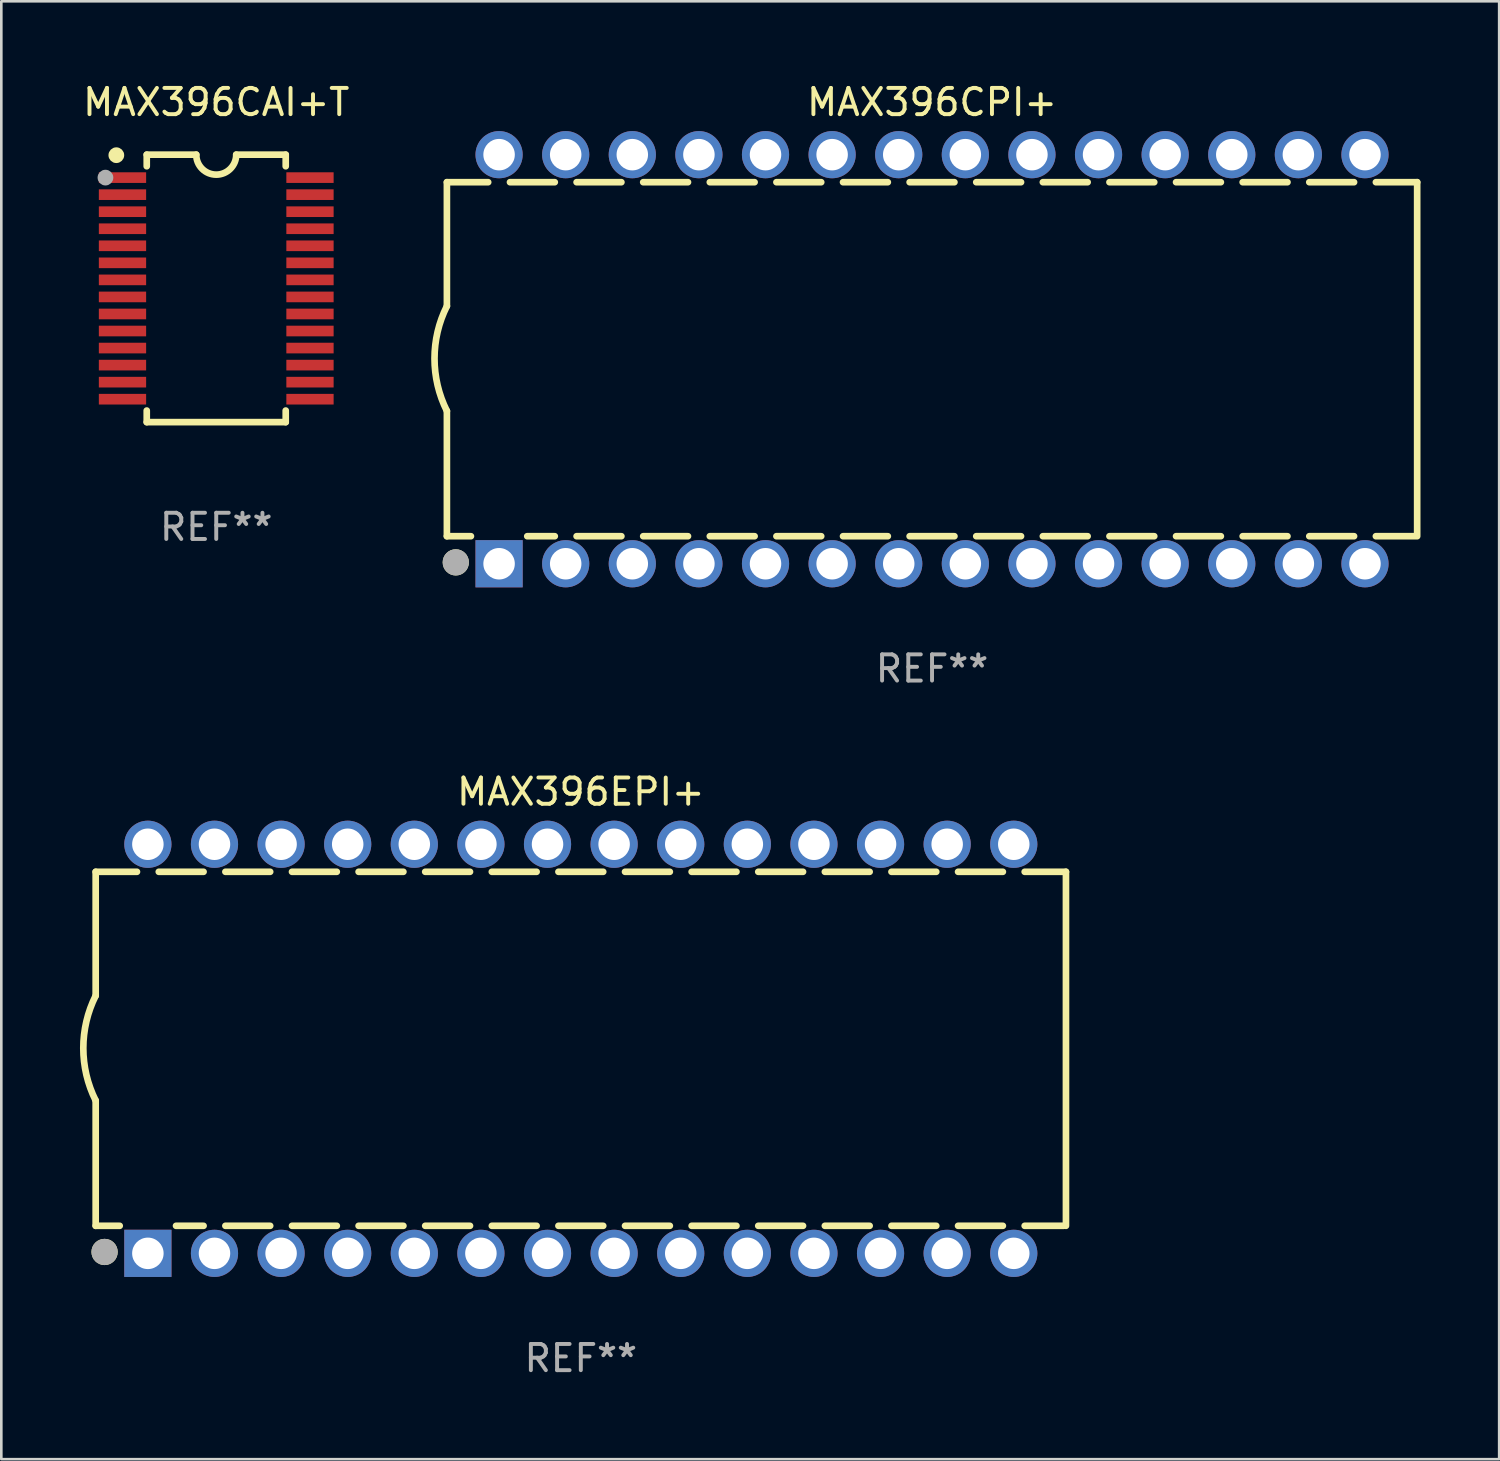
<source format=kicad_pcb>
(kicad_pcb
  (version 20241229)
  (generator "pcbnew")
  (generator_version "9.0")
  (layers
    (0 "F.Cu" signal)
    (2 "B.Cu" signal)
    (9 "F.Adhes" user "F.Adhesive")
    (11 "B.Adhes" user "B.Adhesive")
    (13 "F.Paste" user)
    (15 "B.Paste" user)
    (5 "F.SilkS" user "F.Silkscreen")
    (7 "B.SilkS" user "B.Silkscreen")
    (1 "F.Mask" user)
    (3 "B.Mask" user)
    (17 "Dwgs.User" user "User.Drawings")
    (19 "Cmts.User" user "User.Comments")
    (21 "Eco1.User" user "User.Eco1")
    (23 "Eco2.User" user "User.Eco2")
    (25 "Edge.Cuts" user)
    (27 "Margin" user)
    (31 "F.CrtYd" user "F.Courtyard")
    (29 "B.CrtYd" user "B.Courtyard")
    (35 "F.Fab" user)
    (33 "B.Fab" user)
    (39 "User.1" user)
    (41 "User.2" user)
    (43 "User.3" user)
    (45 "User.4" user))
  (footprint "MAX396CPI+"
    (layer "F.Cu")
    (at 32.492 10.648)
    (property "Reference" "MAX396CPI+" (at 0 -9.8 0) (layer "F.SilkS") (effects (font (size 1 1) (thickness 0.15))))
    (attr through_hole)
    (fp_line (start -18.5 -6.75) (end -18.5 -2.026) (stroke (width 0.254) (type solid)) (layer "F.SilkS"))
    (fp_line (start -18.5 -6.75) (end -16.926 -6.75) (stroke (width 0.254) (type solid)) (layer "F.SilkS"))
    (fp_line (start -18.5 6.75) (end -18.5 1.974) (stroke (width 0.254) (type solid)) (layer "F.SilkS"))
    (fp_line (start -18.5 6.75) (end -17.584 6.75) (stroke (width 0.254) (type solid)) (layer "F.SilkS"))
    (fp_line (start -16.094 -6.75) (end -14.386 -6.75) (stroke (width 0.254) (type solid)) (layer "F.SilkS"))
    (fp_line (start -15.436 6.75) (end -14.386 6.75) (stroke (width 0.254) (type solid)) (layer "F.SilkS"))
    (fp_line (start -13.554 -6.75) (end -11.846 -6.75) (stroke (width 0.254) (type solid)) (layer "F.SilkS"))
    (fp_line (start -13.554 6.75) (end -11.846 6.75) (stroke (width 0.254) (type solid)) (layer "F.SilkS"))
    (fp_line (start -11.014 -6.75) (end -9.306 -6.75) (stroke (width 0.254) (type solid)) (layer "F.SilkS"))
    (fp_line (start -11.014 6.75) (end -9.306 6.75) (stroke (width 0.254) (type solid)) (layer "F.SilkS"))
    (fp_line (start -8.474 -6.75) (end -6.766 -6.75) (stroke (width 0.254) (type solid)) (layer "F.SilkS"))
    (fp_line (start -8.474 6.75) (end -6.766 6.75) (stroke (width 0.254) (type solid)) (layer "F.SilkS"))
    (fp_line (start -5.934 -6.75) (end -4.226 -6.75) (stroke (width 0.254) (type solid)) (layer "F.SilkS"))
    (fp_line (start -5.934 6.75) (end -4.226 6.75) (stroke (width 0.254) (type solid)) (layer "F.SilkS"))
    (fp_line (start -3.394 -6.75) (end -1.686 -6.75) (stroke (width 0.254) (type solid)) (layer "F.SilkS"))
    (fp_line (start -3.394 6.75) (end -1.686 6.75) (stroke (width 0.254) (type solid)) (layer "F.SilkS"))
    (fp_line (start -0.854 -6.75) (end 0.854 -6.75) (stroke (width 0.254) (type solid)) (layer "F.SilkS"))
    (fp_line (start -0.854 6.75) (end 0.854 6.75) (stroke (width 0.254) (type solid)) (layer "F.SilkS"))
    (fp_line (start 1.686 -6.75) (end 3.394 -6.75) (stroke (width 0.254) (type solid)) (layer "F.SilkS"))
    (fp_line (start 1.686 6.75) (end 3.394 6.75) (stroke (width 0.254) (type solid)) (layer "F.SilkS"))
    (fp_line (start 4.226 -6.75) (end 5.934 -6.75) (stroke (width 0.254) (type solid)) (layer "F.SilkS"))
    (fp_line (start 4.226 6.75) (end 5.934 6.75) (stroke (width 0.254) (type solid)) (layer "F.SilkS"))
    (fp_line (start 6.766 -6.75) (end 8.474 -6.75) (stroke (width 0.254) (type solid)) (layer "F.SilkS"))
    (fp_line (start 6.766 6.75) (end 8.474 6.75) (stroke (width 0.254) (type solid)) (layer "F.SilkS"))
    (fp_line (start 9.306 -6.75) (end 11.014 -6.75) (stroke (width 0.254) (type solid)) (layer "F.SilkS"))
    (fp_line (start 9.306 6.75) (end 11.014 6.75) (stroke (width 0.254) (type solid)) (layer "F.SilkS"))
    (fp_line (start 11.846 -6.75) (end 13.554 -6.75) (stroke (width 0.254) (type solid)) (layer "F.SilkS"))
    (fp_line (start 11.846 6.75) (end 13.554 6.75) (stroke (width 0.254) (type solid)) (layer "F.SilkS"))
    (fp_line (start 14.386 -6.75) (end 16.094 -6.75) (stroke (width 0.254) (type solid)) (layer "F.SilkS"))
    (fp_line (start 14.386 6.75) (end 16.094 6.75) (stroke (width 0.254) (type solid)) (layer "F.SilkS"))
    (fp_line (start 16.926 -6.75) (end 18.5 -6.75) (stroke (width 0.254) (type solid)) (layer "F.SilkS"))
    (fp_line (start 16.926 6.75) (end 18.415 6.75) (stroke (width 0.254) (type solid)) (layer "F.SilkS"))
    (fp_line (start 18.5 6.75) (end 18.5 -6.75) (stroke (width 0.254) (type solid)) (layer "F.SilkS"))
    (fp_arc (start -18.500051 1.974384) (mid -18.972187 -0.025616) (end -18.500051 -2.025616) (stroke (width 0.254001) (type solid)) (layer "F.SilkS"))
    (fp_circle (center -18.5 7.8) (end -18.47 7.8) (stroke (width 0.06) (type solid)) (fill no) (layer "F.SilkS"))
    (fp_circle (center -18.161 7.747) (end -17.911 7.747) (stroke (width 0.5) (type solid)) (fill no) (layer "F.SilkS"))
    (fp_circle (center -18.161 7.747) (end -17.911 7.747) (stroke (width 0.5) (type solid)) (fill no) (layer "F.Fab"))
    (fp_text user "REF**" (at 0 11.8 0) (layer "F.Fab") (effects (font (size 1 1) (thickness 0.15))))
    (pad "1" thru_hole rect (at -16.51 7.8) (size 1.8 1.8) (drill 1.2) (layers "*.Cu" "*.Mask"))
    (pad "2" thru_hole circle (at -13.97 7.8) (size 1.8 1.8) (drill 1.2) (layers "*.Cu" "*.Mask"))
    (pad "3" thru_hole circle (at -11.43 7.8) (size 1.8 1.8) (drill 1.2) (layers "*.Cu" "*.Mask"))
    (pad "4" thru_hole circle (at -8.89 7.8) (size 1.8 1.8) (drill 1.2) (layers "*.Cu" "*.Mask"))
    (pad "5" thru_hole circle (at -6.35 7.8) (size 1.8 1.8) (drill 1.2) (layers "*.Cu" "*.Mask"))
    (pad "6" thru_hole circle (at -3.81 7.8) (size 1.8 1.8) (drill 1.2) (layers "*.Cu" "*.Mask"))
    (pad "7" thru_hole circle (at -1.27 7.8) (size 1.8 1.8) (drill 1.2) (layers "*.Cu" "*.Mask"))
    (pad "8" thru_hole circle (at 1.27 7.8) (size 1.8 1.8) (drill 1.2) (layers "*.Cu" "*.Mask"))
    (pad "9" thru_hole circle (at 3.81 7.8) (size 1.8 1.8) (drill 1.2) (layers "*.Cu" "*.Mask"))
    (pad "10" thru_hole circle (at 6.35 7.8) (size 1.8 1.8) (drill 1.2) (layers "*.Cu" "*.Mask"))
    (pad "11" thru_hole circle (at 8.89 7.8) (size 1.8 1.8) (drill 1.2) (layers "*.Cu" "*.Mask"))
    (pad "12" thru_hole circle (at 11.43 7.8) (size 1.8 1.8) (drill 1.2) (layers "*.Cu" "*.Mask"))
    (pad "13" thru_hole circle (at 13.97 7.8) (size 1.8 1.8) (drill 1.2) (layers "*.Cu" "*.Mask"))
    (pad "14" thru_hole circle (at 16.51 7.8) (size 1.8 1.8) (drill 1.2) (layers "*.Cu" "*.Mask"))
    (pad "15" thru_hole circle (at 16.51 -7.8) (size 1.8 1.8) (drill 1.2) (layers "*.Cu" "*.Mask"))
    (pad "16" thru_hole circle (at 13.97 -7.8) (size 1.8 1.8) (drill 1.2) (layers "*.Cu" "*.Mask"))
    (pad "17" thru_hole circle (at 11.43 -7.8) (size 1.8 1.8) (drill 1.2) (layers "*.Cu" "*.Mask"))
    (pad "18" thru_hole circle (at 8.89 -7.8) (size 1.8 1.8) (drill 1.2) (layers "*.Cu" "*.Mask"))
    (pad "19" thru_hole circle (at 6.35 -7.8) (size 1.8 1.8) (drill 1.2) (layers "*.Cu" "*.Mask"))
    (pad "20" thru_hole circle (at 3.81 -7.8) (size 1.8 1.8) (drill 1.2) (layers "*.Cu" "*.Mask"))
    (pad "21" thru_hole circle (at 1.27 -7.8) (size 1.8 1.8) (drill 1.2) (layers "*.Cu" "*.Mask"))
    (pad "22" thru_hole circle (at -1.27 -7.8) (size 1.8 1.8) (drill 1.2) (layers "*.Cu" "*.Mask"))
    (pad "23" thru_hole circle (at -3.81 -7.8) (size 1.8 1.8) (drill 1.2) (layers "*.Cu" "*.Mask"))
    (pad "24" thru_hole circle (at -6.35 -7.8) (size 1.8 1.8) (drill 1.2) (layers "*.Cu" "*.Mask"))
    (pad "25" thru_hole circle (at -8.89 -7.8) (size 1.8 1.8) (drill 1.2) (layers "*.Cu" "*.Mask"))
    (pad "26" thru_hole circle (at -11.43 -7.8) (size 1.8 1.8) (drill 1.2) (layers "*.Cu" "*.Mask"))
    (pad "27" thru_hole circle (at -13.97 -7.8) (size 1.8 1.8) (drill 1.2) (layers "*.Cu" "*.Mask"))
    (pad "28" thru_hole circle (at -16.51 -7.8) (size 1.8 1.8) (drill 1.2) (layers "*.Cu" "*.Mask")))
  (footprint "MAX396EPI+"
    (layer "F.Cu")
    (at 19.099 36.945)
    (property "Reference" "MAX396EPI+" (at 0 -9.8 0) (layer "F.SilkS") (effects (font (size 1 1) (thickness 0.15))))
    (attr through_hole)
    (fp_line (start -18.5 -6.75) (end -18.5 -2.026) (stroke (width 0.254) (type solid)) (layer "F.SilkS"))
    (fp_line (start -18.5 -6.75) (end -16.926 -6.75) (stroke (width 0.254) (type solid)) (layer "F.SilkS"))
    (fp_line (start -18.5 6.75) (end -18.5 1.974) (stroke (width 0.254) (type solid)) (layer "F.SilkS"))
    (fp_line (start -18.5 6.75) (end -17.584 6.75) (stroke (width 0.254) (type solid)) (layer "F.SilkS"))
    (fp_line (start -16.094 -6.75) (end -14.386 -6.75) (stroke (width 0.254) (type solid)) (layer "F.SilkS"))
    (fp_line (start -15.436 6.75) (end -14.386 6.75) (stroke (width 0.254) (type solid)) (layer "F.SilkS"))
    (fp_line (start -13.554 -6.75) (end -11.846 -6.75) (stroke (width 0.254) (type solid)) (layer "F.SilkS"))
    (fp_line (start -13.554 6.75) (end -11.846 6.75) (stroke (width 0.254) (type solid)) (layer "F.SilkS"))
    (fp_line (start -11.014 -6.75) (end -9.306 -6.75) (stroke (width 0.254) (type solid)) (layer "F.SilkS"))
    (fp_line (start -11.014 6.75) (end -9.306 6.75) (stroke (width 0.254) (type solid)) (layer "F.SilkS"))
    (fp_line (start -8.474 -6.75) (end -6.766 -6.75) (stroke (width 0.254) (type solid)) (layer "F.SilkS"))
    (fp_line (start -8.474 6.75) (end -6.766 6.75) (stroke (width 0.254) (type solid)) (layer "F.SilkS"))
    (fp_line (start -5.934 -6.75) (end -4.226 -6.75) (stroke (width 0.254) (type solid)) (layer "F.SilkS"))
    (fp_line (start -5.934 6.75) (end -4.226 6.75) (stroke (width 0.254) (type solid)) (layer "F.SilkS"))
    (fp_line (start -3.394 -6.75) (end -1.686 -6.75) (stroke (width 0.254) (type solid)) (layer "F.SilkS"))
    (fp_line (start -3.394 6.75) (end -1.686 6.75) (stroke (width 0.254) (type solid)) (layer "F.SilkS"))
    (fp_line (start -0.854 -6.75) (end 0.854 -6.75) (stroke (width 0.254) (type solid)) (layer "F.SilkS"))
    (fp_line (start -0.854 6.75) (end 0.854 6.75) (stroke (width 0.254) (type solid)) (layer "F.SilkS"))
    (fp_line (start 1.686 -6.75) (end 3.394 -6.75) (stroke (width 0.254) (type solid)) (layer "F.SilkS"))
    (fp_line (start 1.686 6.75) (end 3.394 6.75) (stroke (width 0.254) (type solid)) (layer "F.SilkS"))
    (fp_line (start 4.226 -6.75) (end 5.934 -6.75) (stroke (width 0.254) (type solid)) (layer "F.SilkS"))
    (fp_line (start 4.226 6.75) (end 5.934 6.75) (stroke (width 0.254) (type solid)) (layer "F.SilkS"))
    (fp_line (start 6.766 -6.75) (end 8.474 -6.75) (stroke (width 0.254) (type solid)) (layer "F.SilkS"))
    (fp_line (start 6.766 6.75) (end 8.474 6.75) (stroke (width 0.254) (type solid)) (layer "F.SilkS"))
    (fp_line (start 9.306 -6.75) (end 11.014 -6.75) (stroke (width 0.254) (type solid)) (layer "F.SilkS"))
    (fp_line (start 9.306 6.75) (end 11.014 6.75) (stroke (width 0.254) (type solid)) (layer "F.SilkS"))
    (fp_line (start 11.846 -6.75) (end 13.554 -6.75) (stroke (width 0.254) (type solid)) (layer "F.SilkS"))
    (fp_line (start 11.846 6.75) (end 13.554 6.75) (stroke (width 0.254) (type solid)) (layer "F.SilkS"))
    (fp_line (start 14.386 -6.75) (end 16.094 -6.75) (stroke (width 0.254) (type solid)) (layer "F.SilkS"))
    (fp_line (start 14.386 6.75) (end 16.094 6.75) (stroke (width 0.254) (type solid)) (layer "F.SilkS"))
    (fp_line (start 16.926 -6.75) (end 18.5 -6.75) (stroke (width 0.254) (type solid)) (layer "F.SilkS"))
    (fp_line (start 16.926 6.75) (end 18.415 6.75) (stroke (width 0.254) (type solid)) (layer "F.SilkS"))
    (fp_line (start 18.5 6.75) (end 18.5 -6.75) (stroke (width 0.254) (type solid)) (layer "F.SilkS"))
    (fp_arc (start -18.500051 1.974384) (mid -18.972187 -0.025616) (end -18.500051 -2.025616) (stroke (width 0.254001) (type solid)) (layer "F.SilkS"))
    (fp_circle (center -18.5 7.8) (end -18.47 7.8) (stroke (width 0.06) (type solid)) (fill no) (layer "F.SilkS"))
    (fp_circle (center -18.161 7.747) (end -17.911 7.747) (stroke (width 0.5) (type solid)) (fill no) (layer "F.SilkS"))
    (fp_circle (center -18.161 7.747) (end -17.911 7.747) (stroke (width 0.5) (type solid)) (fill no) (layer "F.Fab"))
    (fp_text user "REF**" (at 0 11.8 0) (layer "F.Fab") (effects (font (size 1 1) (thickness 0.15))))
    (pad "1" thru_hole rect (at -16.51 7.8) (size 1.8 1.8) (drill 1.2) (layers "*.Cu" "*.Mask"))
    (pad "2" thru_hole circle (at -13.97 7.8) (size 1.8 1.8) (drill 1.2) (layers "*.Cu" "*.Mask"))
    (pad "3" thru_hole circle (at -11.43 7.8) (size 1.8 1.8) (drill 1.2) (layers "*.Cu" "*.Mask"))
    (pad "4" thru_hole circle (at -8.89 7.8) (size 1.8 1.8) (drill 1.2) (layers "*.Cu" "*.Mask"))
    (pad "5" thru_hole circle (at -6.35 7.8) (size 1.8 1.8) (drill 1.2) (layers "*.Cu" "*.Mask"))
    (pad "6" thru_hole circle (at -3.81 7.8) (size 1.8 1.8) (drill 1.2) (layers "*.Cu" "*.Mask"))
    (pad "7" thru_hole circle (at -1.27 7.8) (size 1.8 1.8) (drill 1.2) (layers "*.Cu" "*.Mask"))
    (pad "8" thru_hole circle (at 1.27 7.8) (size 1.8 1.8) (drill 1.2) (layers "*.Cu" "*.Mask"))
    (pad "9" thru_hole circle (at 3.81 7.8) (size 1.8 1.8) (drill 1.2) (layers "*.Cu" "*.Mask"))
    (pad "10" thru_hole circle (at 6.35 7.8) (size 1.8 1.8) (drill 1.2) (layers "*.Cu" "*.Mask"))
    (pad "11" thru_hole circle (at 8.89 7.8) (size 1.8 1.8) (drill 1.2) (layers "*.Cu" "*.Mask"))
    (pad "12" thru_hole circle (at 11.43 7.8) (size 1.8 1.8) (drill 1.2) (layers "*.Cu" "*.Mask"))
    (pad "13" thru_hole circle (at 13.97 7.8) (size 1.8 1.8) (drill 1.2) (layers "*.Cu" "*.Mask"))
    (pad "14" thru_hole circle (at 16.51 7.8) (size 1.8 1.8) (drill 1.2) (layers "*.Cu" "*.Mask"))
    (pad "15" thru_hole circle (at 16.51 -7.8) (size 1.8 1.8) (drill 1.2) (layers "*.Cu" "*.Mask"))
    (pad "16" thru_hole circle (at 13.97 -7.8) (size 1.8 1.8) (drill 1.2) (layers "*.Cu" "*.Mask"))
    (pad "17" thru_hole circle (at 11.43 -7.8) (size 1.8 1.8) (drill 1.2) (layers "*.Cu" "*.Mask"))
    (pad "18" thru_hole circle (at 8.89 -7.8) (size 1.8 1.8) (drill 1.2) (layers "*.Cu" "*.Mask"))
    (pad "19" thru_hole circle (at 6.35 -7.8) (size 1.8 1.8) (drill 1.2) (layers "*.Cu" "*.Mask"))
    (pad "20" thru_hole circle (at 3.81 -7.8) (size 1.8 1.8) (drill 1.2) (layers "*.Cu" "*.Mask"))
    (pad "21" thru_hole circle (at 1.27 -7.8) (size 1.8 1.8) (drill 1.2) (layers "*.Cu" "*.Mask"))
    (pad "22" thru_hole circle (at -1.27 -7.8) (size 1.8 1.8) (drill 1.2) (layers "*.Cu" "*.Mask"))
    (pad "23" thru_hole circle (at -3.81 -7.8) (size 1.8 1.8) (drill 1.2) (layers "*.Cu" "*.Mask"))
    (pad "24" thru_hole circle (at -6.35 -7.8) (size 1.8 1.8) (drill 1.2) (layers "*.Cu" "*.Mask"))
    (pad "25" thru_hole circle (at -8.89 -7.8) (size 1.8 1.8) (drill 1.2) (layers "*.Cu" "*.Mask"))
    (pad "26" thru_hole circle (at -11.43 -7.8) (size 1.8 1.8) (drill 1.2) (layers "*.Cu" "*.Mask"))
    (pad "27" thru_hole circle (at -13.97 -7.8) (size 1.8 1.8) (drill 1.2) (layers "*.Cu" "*.Mask"))
    (pad "28" thru_hole circle (at -16.51 -7.8) (size 1.8 1.8) (drill 1.2) (layers "*.Cu" "*.Mask")))
  (footprint "MAX396CAI+T"
    (layer "F.Cu")
    (at 5.196 7.948)
    (property "Reference" "MAX396CAI+T" (at 0 -7.1 0) (layer "F.SilkS") (effects (font (size 1 1) (thickness 0.15))))
    (attr through_hole)
    (fp_line (start -2.65 -5.1) (end -0.762 -5.1) (stroke (width 0.254) (type solid)) (layer "F.SilkS"))
    (fp_line (start -2.65 -4.658) (end -2.65 -5.1) (stroke (width 0.254) (type solid)) (layer "F.SilkS"))
    (fp_line (start -2.65 5.1) (end -2.65 4.658) (stroke (width 0.254) (type solid)) (layer "F.SilkS"))
    (fp_line (start -2.65 5.1) (end 2.65 5.1) (stroke (width 0.254) (type solid)) (layer "F.SilkS"))
    (fp_line (start 2.65 -5.1) (end 0.762 -5.1) (stroke (width 0.254) (type solid)) (layer "F.SilkS"))
    (fp_line (start 2.65 -5.1) (end 2.65 -4.658) (stroke (width 0.254) (type solid)) (layer "F.SilkS"))
    (fp_line (start 2.65 4.658) (end 2.65 5.1) (stroke (width 0.254) (type solid)) (layer "F.SilkS"))
    (fp_arc (start 0.761925 -5.1) (mid -0.000241 -4.338329) (end -0.762077 -5.10033) (stroke (width 0.254001) (type solid)) (layer "F.SilkS"))
    (fp_circle (center -3.858 -5.07) (end -3.828 -5.07) (stroke (width 0.06) (type solid)) (fill no) (layer "F.SilkS"))
    (fp_circle (center -3.81 -5.08) (end -3.66 -5.08) (stroke (width 0.3) (type solid)) (fill no) (layer "F.SilkS"))
    (fp_circle (center -4.225 -4.225) (end -4.075 -4.225) (stroke (width 0.3) (type solid)) (fill no) (layer "F.Fab"))
    (fp_text user "REF**" (at 0 9.1 0) (layer "F.Fab") (effects (font (size 1 1) (thickness 0.15))))
    (pad "1" smd rect (at -3.575 -4.225) (size 1.803 0.406) (layers "F.Cu" "F.Mask" "F.Paste"))
    (pad "2" smd rect (at -3.575 -3.575) (size 1.803 0.406) (layers "F.Cu" "F.Mask" "F.Paste"))
    (pad "3" smd rect (at -3.575 -2.925) (size 1.803 0.406) (layers "F.Cu" "F.Mask" "F.Paste"))
    (pad "4" smd rect (at -3.575 -2.275) (size 1.803 0.406) (layers "F.Cu" "F.Mask" "F.Paste"))
    (pad "5" smd rect (at -3.575 -1.625) (size 1.803 0.406) (layers "F.Cu" "F.Mask" "F.Paste"))
    (pad "6" smd rect (at -3.575 -0.975) (size 1.803 0.406) (layers "F.Cu" "F.Mask" "F.Paste"))
    (pad "7" smd rect (at -3.575 -0.325) (size 1.803 0.406) (layers "F.Cu" "F.Mask" "F.Paste"))
    (pad "8" smd rect (at -3.575 0.325) (size 1.803 0.406) (layers "F.Cu" "F.Mask" "F.Paste"))
    (pad "9" smd rect (at -3.575 0.975) (size 1.803 0.406) (layers "F.Cu" "F.Mask" "F.Paste"))
    (pad "10" smd rect (at -3.575 1.625) (size 1.803 0.406) (layers "F.Cu" "F.Mask" "F.Paste"))
    (pad "11" smd rect (at -3.575 2.275) (size 1.803 0.406) (layers "F.Cu" "F.Mask" "F.Paste"))
    (pad "12" smd rect (at -3.575 2.925) (size 1.803 0.406) (layers "F.Cu" "F.Mask" "F.Paste"))
    (pad "13" smd rect (at -3.575 3.575) (size 1.803 0.406) (layers "F.Cu" "F.Mask" "F.Paste"))
    (pad "14" smd rect (at -3.575 4.225) (size 1.803 0.406) (layers "F.Cu" "F.Mask" "F.Paste"))
    (pad "15" smd rect (at 3.575 4.225) (size 1.803 0.406) (layers "F.Cu" "F.Mask" "F.Paste"))
    (pad "16" smd rect (at 3.575 3.575) (size 1.803 0.406) (layers "F.Cu" "F.Mask" "F.Paste"))
    (pad "17" smd rect (at 3.575 2.925) (size 1.803 0.406) (layers "F.Cu" "F.Mask" "F.Paste"))
    (pad "18" smd rect (at 3.575 2.275) (size 1.803 0.406) (layers "F.Cu" "F.Mask" "F.Paste"))
    (pad "19" smd rect (at 3.575 1.625) (size 1.803 0.406) (layers "F.Cu" "F.Mask" "F.Paste"))
    (pad "20" smd rect (at 3.575 0.975) (size 1.803 0.406) (layers "F.Cu" "F.Mask" "F.Paste"))
    (pad "21" smd rect (at 3.575 0.325) (size 1.803 0.406) (layers "F.Cu" "F.Mask" "F.Paste"))
    (pad "22" smd rect (at 3.575 -0.325) (size 1.803 0.406) (layers "F.Cu" "F.Mask" "F.Paste"))
    (pad "23" smd rect (at 3.575 -0.975) (size 1.803 0.406) (layers "F.Cu" "F.Mask" "F.Paste"))
    (pad "24" smd rect (at 3.575 -1.625) (size 1.803 0.406) (layers "F.Cu" "F.Mask" "F.Paste"))
    (pad "25" smd rect (at 3.575 -2.275) (size 1.803 0.406) (layers "F.Cu" "F.Mask" "F.Paste"))
    (pad "26" smd rect (at 3.575 -2.925) (size 1.803 0.406) (layers "F.Cu" "F.Mask" "F.Paste"))
    (pad "27" smd rect (at 3.575 -3.575) (size 1.803 0.406) (layers "F.Cu" "F.Mask" "F.Paste"))
    (pad "28" smd rect (at 3.575 -4.225) (size 1.803 0.406) (layers "F.Cu" "F.Mask" "F.Paste")))
  (gr_rect
    (start -3 -3)
    (end 54.119 52.593)
    (stroke (width 0.1) (type default))
    (fill no)
    (layer "Edge.Cuts")))
</source>
